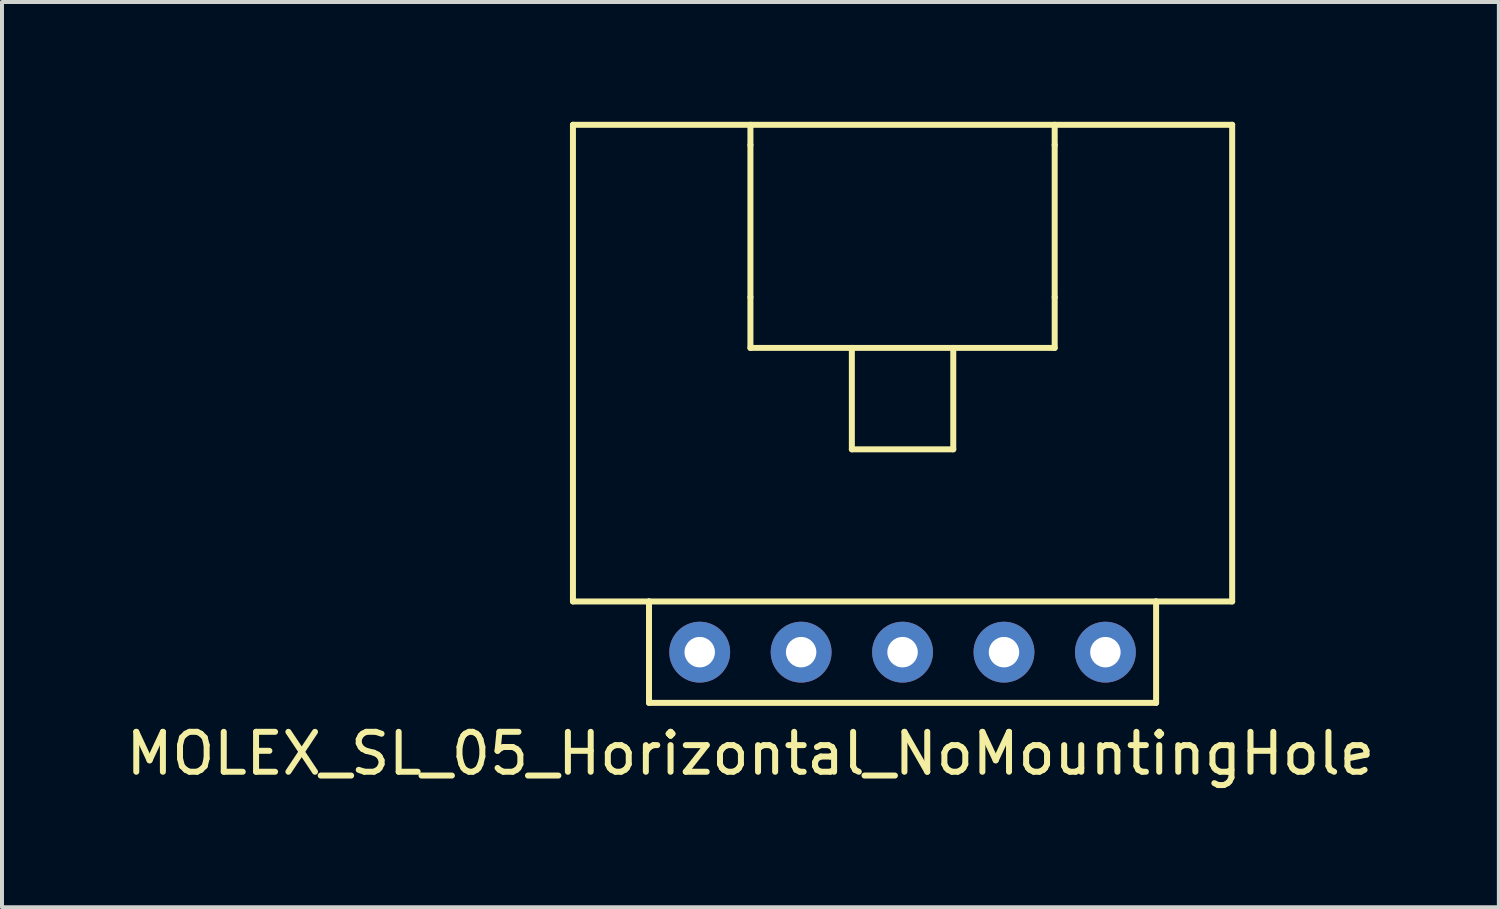
<source format=kicad_pcb>
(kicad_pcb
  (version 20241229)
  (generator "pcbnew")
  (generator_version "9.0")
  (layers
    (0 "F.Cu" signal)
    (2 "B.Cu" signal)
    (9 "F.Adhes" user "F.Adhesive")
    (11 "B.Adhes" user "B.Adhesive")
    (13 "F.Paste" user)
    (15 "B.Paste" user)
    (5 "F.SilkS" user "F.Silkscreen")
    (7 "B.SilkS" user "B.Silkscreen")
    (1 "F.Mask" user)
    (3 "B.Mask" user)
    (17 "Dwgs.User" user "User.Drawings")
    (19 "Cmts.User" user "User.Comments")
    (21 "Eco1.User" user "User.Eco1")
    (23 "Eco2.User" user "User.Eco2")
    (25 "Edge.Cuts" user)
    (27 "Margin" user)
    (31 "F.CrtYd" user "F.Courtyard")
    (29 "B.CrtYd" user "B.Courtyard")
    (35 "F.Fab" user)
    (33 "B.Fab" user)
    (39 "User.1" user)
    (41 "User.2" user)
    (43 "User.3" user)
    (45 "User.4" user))
  (footprint "MOLEX_SL_05_Horizontal_NoMountingHole"
    (layer "F.Cu")
    (at 19.554 13.283)
    (property "Reference" "MOLEX_SL_05_Horizontal_NoMountingHole" (at -3.81 2.54 0) (layer "F.SilkS") (effects (font (size 1 1) (thickness 0.15))))
    (attr through_hole)
    (fp_line (start -8.255 -13.208) (end 8.255 -13.208) (stroke (width 0.15) (type solid)) (layer "F.SilkS"))
    (fp_line (start -8.255 -1.27) (end -8.255 -13.208) (stroke (width 0.15) (type solid)) (layer "F.SilkS"))
    (fp_line (start -6.35 -1.27) (end -8.255 -1.27) (stroke (width 0.15) (type solid)) (layer "F.SilkS"))
    (fp_line (start -6.35 -1.27) (end 6.35 -1.27) (stroke (width 0.15) (type solid)) (layer "F.SilkS"))
    (fp_line (start -6.35 1.27) (end -6.35 -1.27) (stroke (width 0.15) (type solid)) (layer "F.SilkS"))
    (fp_line (start -3.81 -13.208) (end -3.81 -12.7) (stroke (width 0.15) (type solid)) (layer "F.SilkS"))
    (fp_line (start -3.81 -8.89) (end -3.81 -12.7) (stroke (width 0.15) (type solid)) (layer "F.SilkS"))
    (fp_line (start -3.81 -8.89) (end -3.81 -7.62) (stroke (width 0.15) (type solid)) (layer "F.SilkS"))
    (fp_line (start -3.81 -7.62) (end 3.81 -7.62) (stroke (width 0.15) (type solid)) (layer "F.SilkS"))
    (fp_line (start -1.27 -7.62) (end -1.27 -5.08) (stroke (width 0.15) (type solid)) (layer "F.SilkS"))
    (fp_line (start -1.27 -5.08) (end 1.27 -5.08) (stroke (width 0.15) (type solid)) (layer "F.SilkS"))
    (fp_line (start 1.27 -5.08) (end 1.27 -7.62) (stroke (width 0.15) (type solid)) (layer "F.SilkS"))
    (fp_line (start 3.81 -12.7) (end 3.81 -13.208) (stroke (width 0.15) (type solid)) (layer "F.SilkS"))
    (fp_line (start 3.81 -8.89) (end 3.81 -12.7) (stroke (width 0.15) (type solid)) (layer "F.SilkS"))
    (fp_line (start 3.81 -7.62) (end 3.81 -8.89) (stroke (width 0.15) (type solid)) (layer "F.SilkS"))
    (fp_line (start 6.35 -1.27) (end 6.35 1.27) (stroke (width 0.15) (type solid)) (layer "F.SilkS"))
    (fp_line (start 6.35 -1.27) (end 8.255 -1.27) (stroke (width 0.15) (type solid)) (layer "F.SilkS"))
    (fp_line (start 6.35 1.27) (end -6.35 1.27) (stroke (width 0.15) (type solid)) (layer "F.SilkS"))
    (fp_line (start 8.255 -1.27) (end 8.255 -13.208) (stroke (width 0.15) (type solid)) (layer "F.SilkS"))
    (pad "1" thru_hole circle (at -5.08 0) (size 1.524 1.524) (drill 0.762) (layers "*.Cu" "*.Mask"))
    (pad "2" thru_hole circle (at -2.54 0) (size 1.524 1.524) (drill 0.762) (layers "*.Cu" "*.Mask"))
    (pad "3" thru_hole circle (at 0 0) (size 1.524 1.524) (drill 0.762) (layers "*.Cu" "*.Mask"))
    (pad "4" thru_hole circle (at 2.54 0) (size 1.524 1.524) (drill 0.762) (layers "*.Cu" "*.Mask"))
    (pad "5" thru_hole circle (at 5.08 0) (size 1.524 1.524) (drill 0.762) (layers "*.Cu" "*.Mask")))
  (gr_rect
    (start -3 -3)
    (end 34.488 19.671)
    (stroke (width 0.1) (type default))
    (fill no)
    (layer "Edge.Cuts")))
</source>
